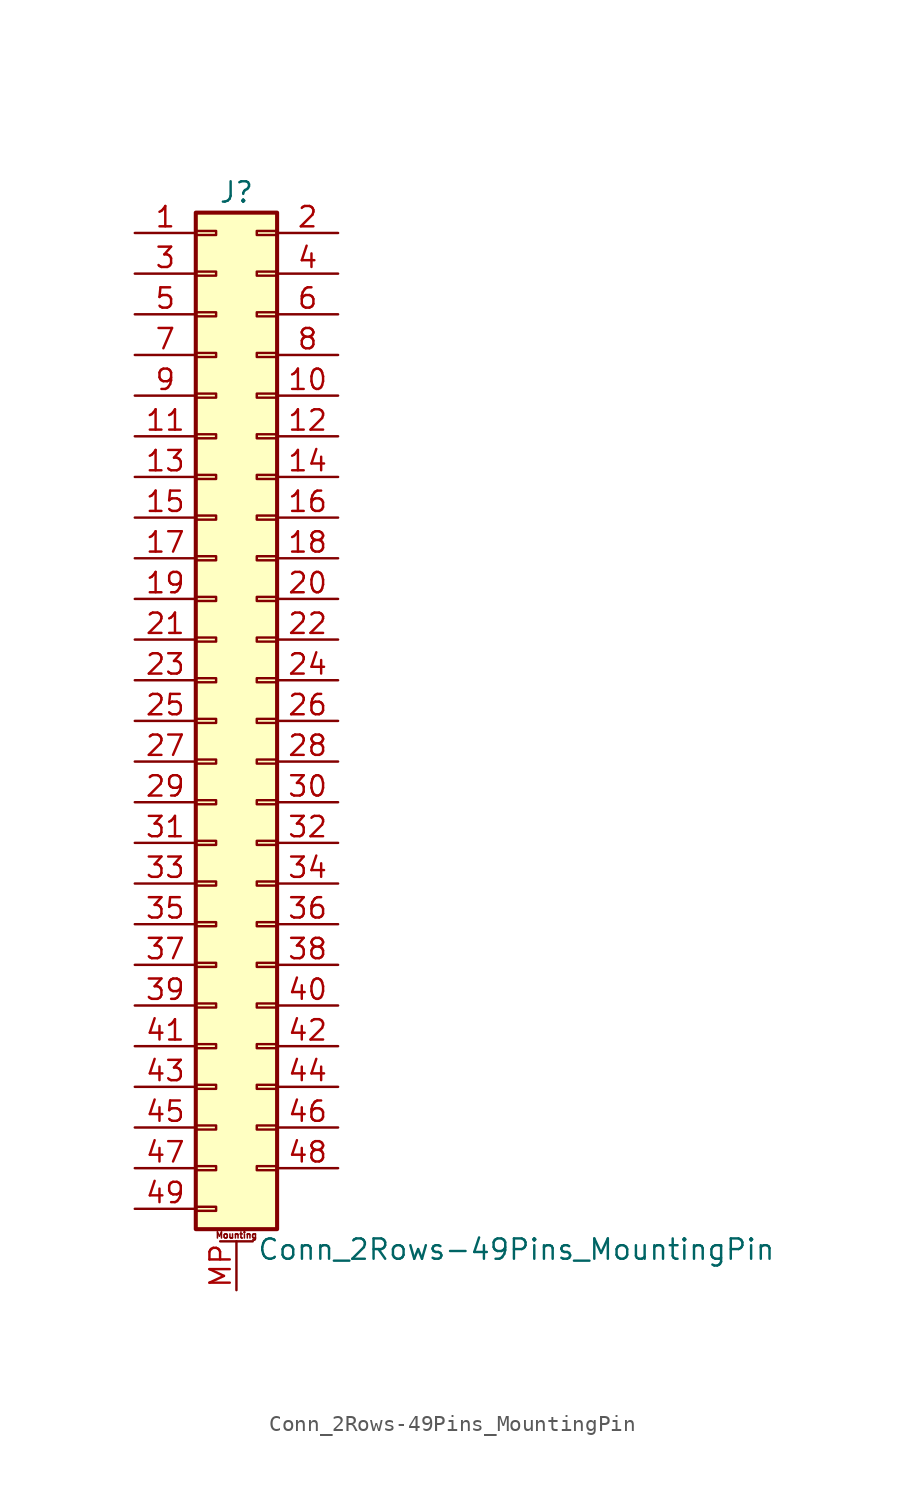
<source format=kicad_sym>
(kicad_symbol_lib
  (version 20201005)
  (generator kicad_symbol_editor)
  (symbol "Connector_Generic_MountingPin:Conn_2Rows-49Pins_MountingPin"
    (pin_names
      (offset 1.016) hide)
    (property "Reference" "J"
      (at 1.27 33.02 0)
      (effects (font (size 1.27 1.27))))
    (property "Value" "Conn_2Rows-49Pins_MountingPin"
      (at 2.54 -33.02 0)
      (effects (font (size 1.27 1.27)) (justify left)))
    (symbol "Conn_2Rows-49Pins_MountingPin_1_1"
      (text "Mounting" (at 1.27 -32.131 0) (effects (font (size 0.381 0.381))))
      (rectangle (start -1.27 -27.813) (end 0 -28.067) (stroke (width 0.152)) (fill (type none)))
      (rectangle (start -1.27 -30.353) (end 0 -30.607) (stroke (width 0.152)) (fill (type none)))
      (rectangle (start -1.27 -4.953) (end 0 -5.207) (stroke (width 0.152)) (fill (type none)))
      (rectangle (start -1.27 -7.493) (end 0 -7.747) (stroke (width 0.152)) (fill (type none)))
      (rectangle (start -1.27 -10.033) (end 0 -10.287) (stroke (width 0.152)) (fill (type none)))
      (rectangle (start -1.27 -12.573) (end 0 -12.827) (stroke (width 0.152)) (fill (type none)))
      (rectangle (start -1.27 -15.113) (end 0 -15.367) (stroke (width 0.152)) (fill (type none)))
      (rectangle (start -1.27 -17.653) (end 0 -17.907) (stroke (width 0.152)) (fill (type none)))
      (rectangle (start -1.27 -20.193) (end 0 -20.447) (stroke (width 0.152)) (fill (type none)))
      (rectangle (start -1.27 -22.733) (end 0 -22.987) (stroke (width 0.152)) (fill (type none)))
      (rectangle (start -1.27 -2.413) (end 0 -2.667) (stroke (width 0.152)) (fill (type none)))
      (rectangle (start -1.27 -25.273) (end 0 -25.527) (stroke (width 0.152)) (fill (type none)))
      (rectangle (start -1.27 25.527) (end 0 25.273) (stroke (width 0.152)) (fill (type none)))
      (rectangle (start -1.27 2.667) (end 0 2.413) (stroke (width 0.152)) (fill (type none)))
      (rectangle (start -1.27 28.067) (end 0 27.813) (stroke (width 0.152)) (fill (type none)))
      (rectangle (start -1.27 30.607) (end 0 30.353) (stroke (width 0.152)) (fill (type none)))
      (rectangle (start -1.27 31.75) (end 3.81 -31.75) (stroke (width 0.254)) (fill (type background)))
      (rectangle (start -1.27 5.207) (end 0 4.953) (stroke (width 0.152)) (fill (type none)))
      (rectangle (start -1.27 7.747) (end 0 7.493) (stroke (width 0.152)) (fill (type none)))
      (rectangle (start -1.27 10.287) (end 0 10.033) (stroke (width 0.152)) (fill (type none)))
      (rectangle (start -1.27 0.127) (end 0 -0.127) (stroke (width 0.152)) (fill (type none)))
      (rectangle (start -1.27 12.827) (end 0 12.573) (stroke (width 0.152)) (fill (type none)))
      (rectangle (start -1.27 15.367) (end 0 15.113) (stroke (width 0.152)) (fill (type none)))
      (rectangle (start -1.27 17.907) (end 0 17.653) (stroke (width 0.152)) (fill (type none)))
      (rectangle (start -1.27 20.447) (end 0 20.193) (stroke (width 0.152)) (fill (type none)))
      (rectangle (start -1.27 22.987) (end 0 22.733) (stroke (width 0.152)) (fill (type none)))
      (rectangle (start 3.81 -27.813) (end 2.54 -28.067) (stroke (width 0.152)) (fill (type none)))
      (rectangle (start 3.81 -4.953) (end 2.54 -5.207) (stroke (width 0.152)) (fill (type none)))
      (rectangle (start 3.81 -7.493) (end 2.54 -7.747) (stroke (width 0.152)) (fill (type none)))
      (rectangle (start 3.81 -10.033) (end 2.54 -10.287) (stroke (width 0.152)) (fill (type none)))
      (rectangle (start 3.81 -12.573) (end 2.54 -12.827) (stroke (width 0.152)) (fill (type none)))
      (rectangle (start 3.81 -15.113) (end 2.54 -15.367) (stroke (width 0.152)) (fill (type none)))
      (rectangle (start 3.81 -17.653) (end 2.54 -17.907) (stroke (width 0.152)) (fill (type none)))
      (rectangle (start 3.81 -20.193) (end 2.54 -20.447) (stroke (width 0.152)) (fill (type none)))
      (rectangle (start 3.81 -22.733) (end 2.54 -22.987) (stroke (width 0.152)) (fill (type none)))
      (rectangle (start 3.81 -2.413) (end 2.54 -2.667) (stroke (width 0.152)) (fill (type none)))
      (rectangle (start 3.81 -25.273) (end 2.54 -25.527) (stroke (width 0.152)) (fill (type none)))
      (rectangle (start 3.81 25.527) (end 2.54 25.273) (stroke (width 0.152)) (fill (type none)))
      (rectangle (start 3.81 2.667) (end 2.54 2.413) (stroke (width 0.152)) (fill (type none)))
      (rectangle (start 3.81 28.067) (end 2.54 27.813) (stroke (width 0.152)) (fill (type none)))
      (rectangle (start 3.81 30.607) (end 2.54 30.353) (stroke (width 0.152)) (fill (type none)))
      (rectangle (start 3.81 5.207) (end 2.54 4.953) (stroke (width 0.152)) (fill (type none)))
      (rectangle (start 3.81 7.747) (end 2.54 7.493) (stroke (width 0.152)) (fill (type none)))
      (rectangle (start 3.81 10.287) (end 2.54 10.033) (stroke (width 0.152)) (fill (type none)))
      (rectangle (start 3.81 0.127) (end 2.54 -0.127) (stroke (width 0.152)) (fill (type none)))
      (rectangle (start 3.81 12.827) (end 2.54 12.573) (stroke (width 0.152)) (fill (type none)))
      (rectangle (start 3.81 15.367) (end 2.54 15.113) (stroke (width 0.152)) (fill (type none)))
      (rectangle (start 3.81 17.907) (end 2.54 17.653) (stroke (width 0.152)) (fill (type none)))
      (rectangle (start 3.81 20.447) (end 2.54 20.193) (stroke (width 0.152)) (fill (type none)))
      (rectangle (start 3.81 22.987) (end 2.54 22.733) (stroke (width 0.152)) (fill (type none)))
      (polyline (pts (xy 0.254 -32.512) (xy 2.286 -32.512)) (stroke (width 0.152)) (fill (type none)))
      (pin passive line (at 1.27 -35.56 90) (length 3.048) (name "MountPin" (effects (font (size 1.27 1.27)))) (number "MP" (effects (font (size 1.27 1.27)))))
      (pin passive line (at -5.08 30.48 0) (length 3.81) (name "Pin_1" (effects (font (size 1.27 1.27)))) (number "1" (effects (font (size 1.27 1.27)))))
      (pin passive line (at 7.62 20.32 180) (length 3.81) (name "Pin_10" (effects (font (size 1.27 1.27)))) (number "10" (effects (font (size 1.27 1.27)))))
      (pin passive line (at -5.08 17.78 0) (length 3.81) (name "Pin_11" (effects (font (size 1.27 1.27)))) (number "11" (effects (font (size 1.27 1.27)))))
      (pin passive line (at 7.62 17.78 180) (length 3.81) (name "Pin_12" (effects (font (size 1.27 1.27)))) (number "12" (effects (font (size 1.27 1.27)))))
      (pin passive line (at -5.08 15.24 0) (length 3.81) (name "Pin_13" (effects (font (size 1.27 1.27)))) (number "13" (effects (font (size 1.27 1.27)))))
      (pin passive line (at 7.62 15.24 180) (length 3.81) (name "Pin_14" (effects (font (size 1.27 1.27)))) (number "14" (effects (font (size 1.27 1.27)))))
      (pin passive line (at -5.08 12.7 0) (length 3.81) (name "Pin_15" (effects (font (size 1.27 1.27)))) (number "15" (effects (font (size 1.27 1.27)))))
      (pin passive line (at 7.62 12.7 180) (length 3.81) (name "Pin_16" (effects (font (size 1.27 1.27)))) (number "16" (effects (font (size 1.27 1.27)))))
      (pin passive line (at -5.08 10.16 0) (length 3.81) (name "Pin_17" (effects (font (size 1.27 1.27)))) (number "17" (effects (font (size 1.27 1.27)))))
      (pin passive line (at 7.62 10.16 180) (length 3.81) (name "Pin_18" (effects (font (size 1.27 1.27)))) (number "18" (effects (font (size 1.27 1.27)))))
      (pin passive line (at -5.08 7.62 0) (length 3.81) (name "Pin_19" (effects (font (size 1.27 1.27)))) (number "19" (effects (font (size 1.27 1.27)))))
      (pin passive line (at 7.62 30.48 180) (length 3.81) (name "Pin_2" (effects (font (size 1.27 1.27)))) (number "2" (effects (font (size 1.27 1.27)))))
      (pin passive line (at 7.62 7.62 180) (length 3.81) (name "Pin_20" (effects (font (size 1.27 1.27)))) (number "20" (effects (font (size 1.27 1.27)))))
      (pin passive line (at -5.08 5.08 0) (length 3.81) (name "Pin_21" (effects (font (size 1.27 1.27)))) (number "21" (effects (font (size 1.27 1.27)))))
      (pin passive line (at 7.62 5.08 180) (length 3.81) (name "Pin_22" (effects (font (size 1.27 1.27)))) (number "22" (effects (font (size 1.27 1.27)))))
      (pin passive line (at -5.08 2.54 0) (length 3.81) (name "Pin_23" (effects (font (size 1.27 1.27)))) (number "23" (effects (font (size 1.27 1.27)))))
      (pin passive line (at 7.62 2.54 180) (length 3.81) (name "Pin_24" (effects (font (size 1.27 1.27)))) (number "24" (effects (font (size 1.27 1.27)))))
      (pin passive line (at -5.08 0 0) (length 3.81) (name "Pin_25" (effects (font (size 1.27 1.27)))) (number "25" (effects (font (size 1.27 1.27)))))
      (pin passive line (at 7.62 0 180) (length 3.81) (name "Pin_26" (effects (font (size 1.27 1.27)))) (number "26" (effects (font (size 1.27 1.27)))))
      (pin passive line (at -5.08 -2.54 0) (length 3.81) (name "Pin_27" (effects (font (size 1.27 1.27)))) (number "27" (effects (font (size 1.27 1.27)))))
      (pin passive line (at 7.62 -2.54 180) (length 3.81) (name "Pin_28" (effects (font (size 1.27 1.27)))) (number "28" (effects (font (size 1.27 1.27)))))
      (pin passive line (at -5.08 -5.08 0) (length 3.81) (name "Pin_29" (effects (font (size 1.27 1.27)))) (number "29" (effects (font (size 1.27 1.27)))))
      (pin passive line (at -5.08 27.94 0) (length 3.81) (name "Pin_3" (effects (font (size 1.27 1.27)))) (number "3" (effects (font (size 1.27 1.27)))))
      (pin passive line (at 7.62 -5.08 180) (length 3.81) (name "Pin_30" (effects (font (size 1.27 1.27)))) (number "30" (effects (font (size 1.27 1.27)))))
      (pin passive line (at -5.08 -7.62 0) (length 3.81) (name "Pin_31" (effects (font (size 1.27 1.27)))) (number "31" (effects (font (size 1.27 1.27)))))
      (pin passive line (at 7.62 -7.62 180) (length 3.81) (name "Pin_32" (effects (font (size 1.27 1.27)))) (number "32" (effects (font (size 1.27 1.27)))))
      (pin passive line (at -5.08 -10.16 0) (length 3.81) (name "Pin_33" (effects (font (size 1.27 1.27)))) (number "33" (effects (font (size 1.27 1.27)))))
      (pin passive line (at 7.62 -10.16 180) (length 3.81) (name "Pin_34" (effects (font (size 1.27 1.27)))) (number "34" (effects (font (size 1.27 1.27)))))
      (pin passive line (at -5.08 -12.7 0) (length 3.81) (name "Pin_35" (effects (font (size 1.27 1.27)))) (number "35" (effects (font (size 1.27 1.27)))))
      (pin passive line (at 7.62 -12.7 180) (length 3.81) (name "Pin_36" (effects (font (size 1.27 1.27)))) (number "36" (effects (font (size 1.27 1.27)))))
      (pin passive line (at -5.08 -15.24 0) (length 3.81) (name "Pin_37" (effects (font (size 1.27 1.27)))) (number "37" (effects (font (size 1.27 1.27)))))
      (pin passive line (at 7.62 -15.24 180) (length 3.81) (name "Pin_38" (effects (font (size 1.27 1.27)))) (number "38" (effects (font (size 1.27 1.27)))))
      (pin passive line (at -5.08 -17.78 0) (length 3.81) (name "Pin_39" (effects (font (size 1.27 1.27)))) (number "39" (effects (font (size 1.27 1.27)))))
      (pin passive line (at 7.62 27.94 180) (length 3.81) (name "Pin_4" (effects (font (size 1.27 1.27)))) (number "4" (effects (font (size 1.27 1.27)))))
      (pin passive line (at 7.62 -17.78 180) (length 3.81) (name "Pin_40" (effects (font (size 1.27 1.27)))) (number "40" (effects (font (size 1.27 1.27)))))
      (pin passive line (at -5.08 -20.32 0) (length 3.81) (name "Pin_41" (effects (font (size 1.27 1.27)))) (number "41" (effects (font (size 1.27 1.27)))))
      (pin passive line (at 7.62 -20.32 180) (length 3.81) (name "Pin_42" (effects (font (size 1.27 1.27)))) (number "42" (effects (font (size 1.27 1.27)))))
      (pin passive line (at -5.08 -22.86 0) (length 3.81) (name "Pin_43" (effects (font (size 1.27 1.27)))) (number "43" (effects (font (size 1.27 1.27)))))
      (pin passive line (at 7.62 -22.86 180) (length 3.81) (name "Pin_44" (effects (font (size 1.27 1.27)))) (number "44" (effects (font (size 1.27 1.27)))))
      (pin passive line (at -5.08 -25.4 0) (length 3.81) (name "Pin_45" (effects (font (size 1.27 1.27)))) (number "45" (effects (font (size 1.27 1.27)))))
      (pin passive line (at 7.62 -25.4 180) (length 3.81) (name "Pin_46" (effects (font (size 1.27 1.27)))) (number "46" (effects (font (size 1.27 1.27)))))
      (pin passive line (at -5.08 -27.94 0) (length 3.81) (name "Pin_47" (effects (font (size 1.27 1.27)))) (number "47" (effects (font (size 1.27 1.27)))))
      (pin passive line (at 7.62 -27.94 180) (length 3.81) (name "Pin_48" (effects (font (size 1.27 1.27)))) (number "48" (effects (font (size 1.27 1.27)))))
      (pin passive line (at -5.08 -30.48 0) (length 3.81) (name "Pin_49" (effects (font (size 1.27 1.27)))) (number "49" (effects (font (size 1.27 1.27)))))
      (pin passive line (at -5.08 25.4 0) (length 3.81) (name "Pin_5" (effects (font (size 1.27 1.27)))) (number "5" (effects (font (size 1.27 1.27)))))
      (pin passive line (at 7.62 25.4 180) (length 3.81) (name "Pin_6" (effects (font (size 1.27 1.27)))) (number "6" (effects (font (size 1.27 1.27)))))
      (pin passive line (at -5.08 22.86 0) (length 3.81) (name "Pin_7" (effects (font (size 1.27 1.27)))) (number "7" (effects (font (size 1.27 1.27)))))
      (pin passive line (at 7.62 22.86 180) (length 3.81) (name "Pin_8" (effects (font (size 1.27 1.27)))) (number "8" (effects (font (size 1.27 1.27)))))
      (pin passive line (at -5.08 20.32 0) (length 3.81) (name "Pin_9" (effects (font (size 1.27 1.27)))) (number "9" (effects (font (size 1.27 1.27))))))))
</source>
